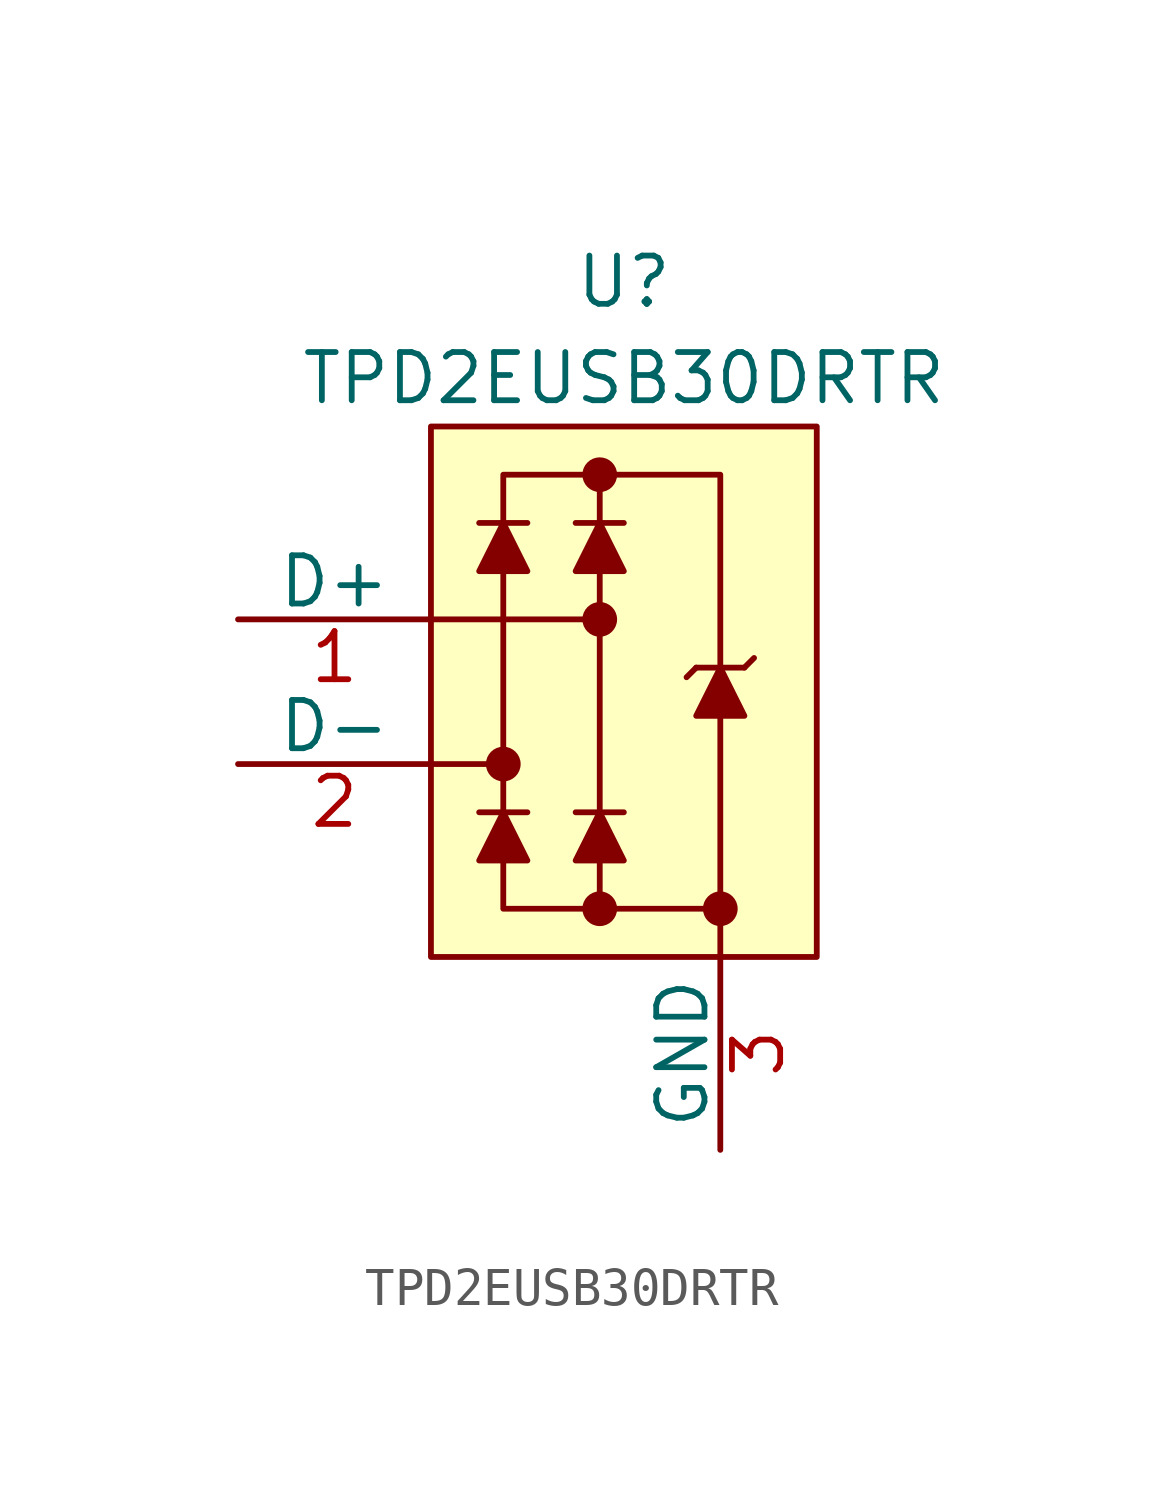
<source format=kicad_sym>
(kicad_symbol_lib
  (version 20220914)
  (generator kicad_symbol_editor)
  (symbol "TPD2EUSB30DRTR "
    (pin_names
      (offset 0))
    (property "Reference" "U"
      (at 0 3.81 0)
      (effects (font (size 1.27 1.27))))
    (property "Value" "TPD2EUSB30DRTR"
      (at 0 1.27 0)
      (effects (font (size 1.27 1.27))))
    (symbol "TPD2EUSB30DRTR _1_1"
      (rectangle (start -5.08 0) (end 5.08 -13.97) (stroke (width 0) (type default)) (fill (type background)))
      (circle (center -3.175 -8.89) (radius 0.381) (stroke (width 0) (type default)) (fill (type outline)))
      (circle (center -0.635 -12.7) (radius 0.381) (stroke (width 0) (type default)) (fill (type outline)))
      (circle (center -0.635 -5.08) (radius 0.381) (stroke (width 0) (type default)) (fill (type outline)))
      (circle (center -0.635 -1.27) (radius 0.381) (stroke (width 0) (type default)) (fill (type outline)))
      (polyline (pts (xy -5.08 -8.89) (xy -3.175 -8.89)) (stroke (width 0) (type default)) (fill (type none)))
      (polyline (pts (xy -5.08 -5.08) (xy -0.635 -5.08)) (stroke (width 0) (type default)) (fill (type none)))
      (polyline (pts (xy -3.81 -10.16) (xy -2.54 -10.16)) (stroke (width 0) (type default)) (fill (type none)))
      (polyline (pts (xy -3.81 -2.54) (xy -2.54 -2.54)) (stroke (width 0) (type default)) (fill (type none)))
      (polyline (pts (xy -3.175 -3.81) (xy -3.175 -10.16)) (stroke (width 0) (type default)) (fill (type none)))
      (polyline (pts (xy -1.27 -10.16) (xy 0 -10.16)) (stroke (width 0) (type default)) (fill (type none)))
      (polyline (pts (xy -1.27 -2.54) (xy 0 -2.54)) (stroke (width 0) (type default)) (fill (type none)))
      (polyline (pts (xy -0.635 -12.7) (xy -0.635 -11.43)) (stroke (width 0) (type default)) (fill (type none)))
      (polyline (pts (xy -0.635 -3.81) (xy -0.635 -10.16)) (stroke (width 0) (type default)) (fill (type none)))
      (polyline (pts (xy -0.635 -2.54) (xy -0.635 -1.27)) (stroke (width 0) (type default)) (fill (type none)))
      (polyline (pts (xy 1.905 -6.35) (xy 1.651 -6.604)) (stroke (width 0) (type default)) (fill (type none)))
      (polyline (pts (xy 1.905 -6.35) (xy 3.175 -6.35)) (stroke (width 0) (type default)) (fill (type none)))
      (polyline (pts (xy 2.54 -13.97) (xy 2.54 -12.7)) (stroke (width 0) (type default)) (fill (type none)))
      (polyline (pts (xy 3.175 -6.35) (xy 3.429 -6.096)) (stroke (width 0) (type default)) (fill (type none)))
      (polyline (pts (xy -3.81 -11.43) (xy -2.54 -11.43) (xy -3.175 -10.16) (xy -3.81 -11.43)) (stroke (width 0) (type default)) (fill (type outline)))
      (polyline (pts (xy -3.81 -3.81) (xy -2.54 -3.81) (xy -3.175 -2.54) (xy -3.81 -3.81)) (stroke (width 0) (type default)) (fill (type outline)))
      (polyline (pts (xy -3.175 -11.43) (xy -3.175 -12.7) (xy 2.54 -12.7) (xy 2.54 -7.62)) (stroke (width 0) (type default)) (fill (type none)))
      (polyline (pts (xy -3.175 -2.54) (xy -3.175 -1.27) (xy 2.54 -1.27) (xy 2.54 -6.35)) (stroke (width 0) (type default)) (fill (type none)))
      (polyline (pts (xy -1.27 -11.43) (xy 0 -11.43) (xy -0.635 -10.16) (xy -1.27 -11.43)) (stroke (width 0) (type default)) (fill (type outline)))
      (polyline (pts (xy -1.27 -3.81) (xy 0 -3.81) (xy -0.635 -2.54) (xy -1.27 -3.81)) (stroke (width 0) (type default)) (fill (type outline)))
      (polyline (pts (xy 1.905 -7.62) (xy 3.175 -7.62) (xy 2.54 -6.35) (xy 1.905 -7.62)) (stroke (width 0) (type default)) (fill (type outline)))
      (circle (center 2.54 -12.7) (radius 0.381) (stroke (width 0) (type default)) (fill (type outline)))
      (pin passive line (at -10.16 -5.08 0) (length 5.08) (name "D+" (effects (font (size 1.27 1.27)))) (number "1" (effects (font (size 1.27 1.27)))))
      (pin passive line (at -10.16 -8.89 0) (length 5.08) (name "D-" (effects (font (size 1.27 1.27)))) (number "2" (effects (font (size 1.27 1.27)))))
      (pin power_in line (at 2.54 -19.05 90) (length 5.08) (name "GND" (effects (font (size 1.27 1.27)))) (number "3" (effects (font (size 1.27 1.27))))))))
</source>
